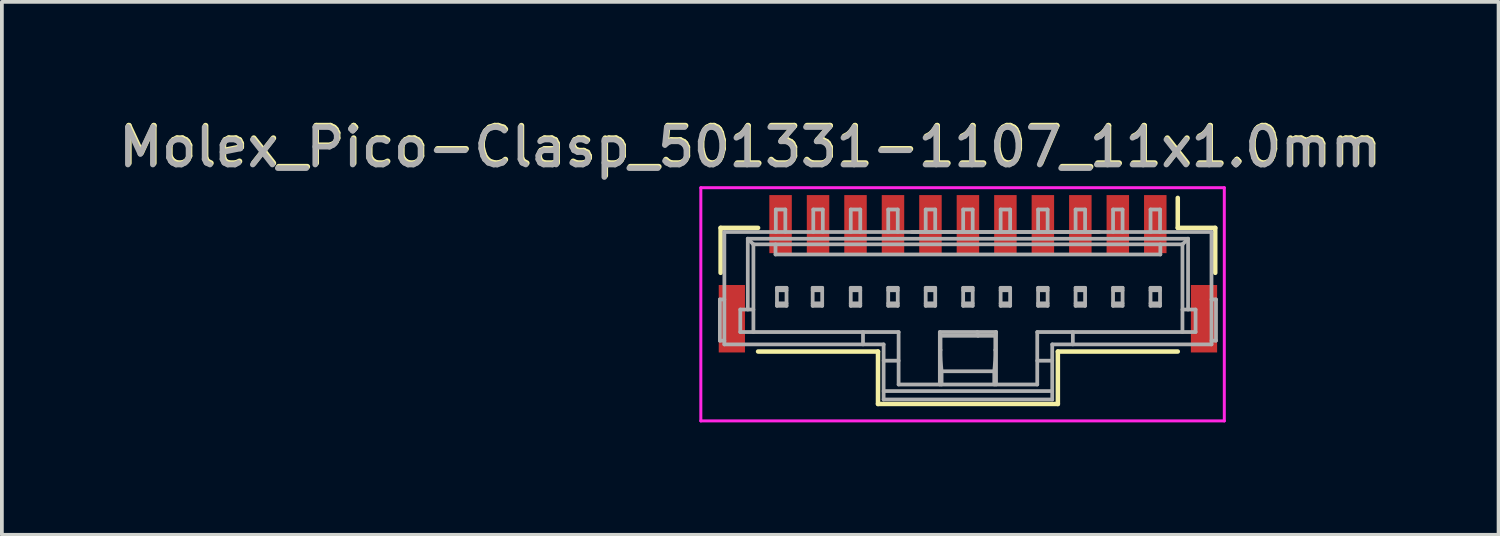
<source format=kicad_pcb>
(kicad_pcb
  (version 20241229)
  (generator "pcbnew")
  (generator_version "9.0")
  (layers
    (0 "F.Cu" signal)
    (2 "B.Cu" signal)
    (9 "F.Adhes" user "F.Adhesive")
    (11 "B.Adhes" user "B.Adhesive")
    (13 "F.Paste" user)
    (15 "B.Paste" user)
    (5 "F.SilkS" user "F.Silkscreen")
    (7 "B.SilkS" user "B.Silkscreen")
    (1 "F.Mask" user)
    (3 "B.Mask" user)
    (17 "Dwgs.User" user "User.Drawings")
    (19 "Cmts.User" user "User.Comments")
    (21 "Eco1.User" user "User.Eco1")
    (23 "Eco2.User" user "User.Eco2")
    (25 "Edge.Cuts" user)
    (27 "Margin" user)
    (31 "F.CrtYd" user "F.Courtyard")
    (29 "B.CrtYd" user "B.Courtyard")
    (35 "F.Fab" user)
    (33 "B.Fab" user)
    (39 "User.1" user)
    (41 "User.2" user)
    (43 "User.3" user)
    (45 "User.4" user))
  (footprint "Molex_Pico-Clasp_501331-1107_11x1.0mm"
    (layer "F.Cu")
    (at 23.781 4.881)
    (property "Reference" "Molex_Pico-Clasp_501331-1107_11x1.0mm" (at -6.797 -4.033 180) (layer "F.SilkS") (effects (font (size 1 1) (thickness 0.15))))
    (attr smd)
    (fp_line (start -7.6 -1.85) (end -6.6 -1.85) (stroke (width 0.12) (type solid)) (layer "F.SilkS"))
    (fp_line (start -7.6 -0.65) (end -7.6 -1.85) (stroke (width 0.12) (type solid)) (layer "F.SilkS"))
    (fp_line (start -3.4 1.45) (end -6.6 1.45) (stroke (width 0.12) (type solid)) (layer "F.SilkS"))
    (fp_line (start -3.4 2.85) (end -3.4 1.45) (stroke (width 0.12) (type solid)) (layer "F.SilkS"))
    (fp_line (start -3.4 2.85) (end 1.4 2.85) (stroke (width 0.12) (type solid)) (layer "F.SilkS"))
    (fp_line (start 1.4 1.45) (end 4.6 1.45) (stroke (width 0.12) (type solid)) (layer "F.SilkS"))
    (fp_line (start 1.4 2.85) (end 1.4 1.45) (stroke (width 0.12) (type solid)) (layer "F.SilkS"))
    (fp_line (start 4.6 -1.85) (end 4.6 -2.65) (stroke (width 0.12) (type solid)) (layer "F.SilkS"))
    (fp_line (start 5.6 -1.85) (end 4.6 -1.85) (stroke (width 0.12) (type solid)) (layer "F.SilkS"))
    (fp_line (start 5.6 -0.65) (end 5.6 -1.85) (stroke (width 0.12) (type solid)) (layer "F.SilkS"))
    (fp_line (start -8.128 -2.921) (end 5.842 -2.921) (stroke (width 0.08) (type solid)) (layer "F.CrtYd"))
    (fp_line (start -8.128 3.302) (end -8.128 -2.921) (stroke (width 0.08) (type solid)) (layer "F.CrtYd"))
    (fp_line (start 5.842 -2.921) (end 5.842 3.302) (stroke (width 0.08) (type solid)) (layer "F.CrtYd"))
    (fp_line (start 5.842 3.302) (end -8.128 3.302) (stroke (width 0.08) (type solid)) (layer "F.CrtYd"))
    (fp_line (start -7.62 0.06) (end -7.62 1.16) (stroke (width 0.1) (type solid)) (layer "F.Fab"))
    (fp_line (start -7.62 0.06) (end -7.5 0.06) (stroke (width 0.1) (type solid)) (layer "F.Fab"))
    (fp_line (start -7.5 -1.74) (end 5.5 -1.74) (stroke (width 0.1) (type solid)) (layer "F.Fab"))
    (fp_line (start -7.5 1.16) (end -7.62 1.16) (stroke (width 0.1) (type solid)) (layer "F.Fab"))
    (fp_line (start -7.5 1.26) (end -7.5 -1.74) (stroke (width 0.1) (type solid)) (layer "F.Fab"))
    (fp_line (start -7.5 1.26) (end -3.25 1.26) (stroke (width 0.1) (type solid)) (layer "F.Fab"))
    (fp_line (start -7.075 0.33) (end -7.075 0.93) (stroke (width 0.1) (type solid)) (layer "F.Fab"))
    (fp_line (start -7.075 0.33) (end -6.725 0.33) (stroke (width 0.1) (type solid)) (layer "F.Fab"))
    (fp_line (start -6.875 -1.56) (end -6.725 -1.41) (stroke (width 0.1) (type solid)) (layer "F.Fab"))
    (fp_line (start -6.875 -1.56) (end 4.875 -1.56) (stroke (width 0.1) (type solid)) (layer "F.Fab"))
    (fp_line (start -6.875 0.33) (end -6.875 -1.56) (stroke (width 0.1) (type solid)) (layer "F.Fab"))
    (fp_line (start -6.725 -1.41) (end 4.725 -1.41) (stroke (width 0.1) (type solid)) (layer "F.Fab"))
    (fp_line (start -6.725 0.93) (end -6.725 -1.41) (stroke (width 0.1) (type solid)) (layer "F.Fab"))
    (fp_line (start -6.135 -1.14) (end -6.135 -1.41) (stroke (width 0.1) (type solid)) (layer "F.Fab"))
    (fp_line (start -6.127 -2.34) (end -5.873 -2.34) (stroke (width 0.1) (type solid)) (layer "F.Fab"))
    (fp_line (start -6.127 -1.74) (end -6.127 -2.34) (stroke (width 0.1) (type solid)) (layer "F.Fab"))
    (fp_line (start -6.096 -0.25) (end -6.096 0.23) (stroke (width 0.1) (type solid)) (layer "F.Fab"))
    (fp_line (start -6.096 -0.25) (end -5.841 -0.25) (stroke (width 0.1) (type solid)) (layer "F.Fab"))
    (fp_line (start -6.096 -0.185) (end -5.841 -0.185) (stroke (width 0.1) (type solid)) (layer "F.Fab"))
    (fp_line (start -6.096 0.165) (end -5.841 0.165) (stroke (width 0.1) (type solid)) (layer "F.Fab"))
    (fp_line (start -6.096 0.23) (end -5.841 0.23) (stroke (width 0.1) (type solid)) (layer "F.Fab"))
    (fp_line (start -5.873 -2.34) (end -5.873 -1.74) (stroke (width 0.1) (type solid)) (layer "F.Fab"))
    (fp_line (start -5.841 -0.25) (end -5.841 0.23) (stroke (width 0.1) (type solid)) (layer "F.Fab"))
    (fp_line (start -5.143 -0.25) (end -5.143 0.23) (stroke (width 0.1) (type solid)) (layer "F.Fab"))
    (fp_line (start -5.143 -0.25) (end -4.889 -0.25) (stroke (width 0.1) (type solid)) (layer "F.Fab"))
    (fp_line (start -5.143 -0.185) (end -4.889 -0.185) (stroke (width 0.1) (type solid)) (layer "F.Fab"))
    (fp_line (start -5.143 0.165) (end -4.889 0.165) (stroke (width 0.1) (type solid)) (layer "F.Fab"))
    (fp_line (start -5.143 0.23) (end -4.889 0.23) (stroke (width 0.1) (type solid)) (layer "F.Fab"))
    (fp_line (start -5.127 -2.34) (end -4.873 -2.34) (stroke (width 0.1) (type solid)) (layer "F.Fab"))
    (fp_line (start -5.127 -1.74) (end -5.127 -2.34) (stroke (width 0.1) (type solid)) (layer "F.Fab"))
    (fp_line (start -4.889 -0.25) (end -4.889 0.23) (stroke (width 0.1) (type solid)) (layer "F.Fab"))
    (fp_line (start -4.873 -2.34) (end -4.873 -1.74) (stroke (width 0.1) (type solid)) (layer "F.Fab"))
    (fp_line (start -4.127 -2.34) (end -3.873 -2.34) (stroke (width 0.1) (type solid)) (layer "F.Fab"))
    (fp_line (start -4.127 -1.74) (end -4.127 -2.34) (stroke (width 0.1) (type solid)) (layer "F.Fab"))
    (fp_line (start -4.127 -0.25) (end -4.127 0.23) (stroke (width 0.1) (type solid)) (layer "F.Fab"))
    (fp_line (start -4.127 -0.25) (end -3.873 -0.25) (stroke (width 0.1) (type solid)) (layer "F.Fab"))
    (fp_line (start -4.127 -0.185) (end -3.873 -0.185) (stroke (width 0.1) (type solid)) (layer "F.Fab"))
    (fp_line (start -4.127 0.165) (end -3.873 0.165) (stroke (width 0.1) (type solid)) (layer "F.Fab"))
    (fp_line (start -4.127 0.23) (end -3.873 0.23) (stroke (width 0.1) (type solid)) (layer "F.Fab"))
    (fp_line (start -3.873 -2.34) (end -3.873 -1.74) (stroke (width 0.1) (type solid)) (layer "F.Fab"))
    (fp_line (start -3.873 -0.25) (end -3.873 0.23) (stroke (width 0.1) (type solid)) (layer "F.Fab"))
    (fp_line (start -3.8 0.93) (end -3.8 1.26) (stroke (width 0.1) (type solid)) (layer "F.Fab"))
    (fp_line (start -3.25 1.695) (end -2.85 1.695) (stroke (width 0.1) (type solid)) (layer "F.Fab"))
    (fp_line (start -3.25 2.505) (end 1.25 2.505) (stroke (width 0.1) (type solid)) (layer "F.Fab"))
    (fp_line (start -3.25 2.73) (end -3.25 1.26) (stroke (width 0.1) (type solid)) (layer "F.Fab"))
    (fp_line (start -3.127 -2.34) (end -3.127 -1.74) (stroke (width 0.1) (type solid)) (layer "F.Fab"))
    (fp_line (start -3.127 -2.34) (end -2.873 -2.34) (stroke (width 0.1) (type solid)) (layer "F.Fab"))
    (fp_line (start -3.127 -0.25) (end -3.127 0.23) (stroke (width 0.1) (type solid)) (layer "F.Fab"))
    (fp_line (start -3.127 -0.25) (end -2.873 -0.25) (stroke (width 0.1) (type solid)) (layer "F.Fab"))
    (fp_line (start -3.127 -0.185) (end -2.873 -0.185) (stroke (width 0.1) (type solid)) (layer "F.Fab"))
    (fp_line (start -3.127 0.165) (end -2.873 0.165) (stroke (width 0.1) (type solid)) (layer "F.Fab"))
    (fp_line (start -3.127 0.23) (end -2.873 0.23) (stroke (width 0.1) (type solid)) (layer "F.Fab"))
    (fp_line (start -2.873 -2.34) (end -2.873 -1.74) (stroke (width 0.1) (type solid)) (layer "F.Fab"))
    (fp_line (start -2.873 -0.25) (end -2.873 0.23) (stroke (width 0.1) (type solid)) (layer "F.Fab"))
    (fp_line (start -2.85 0.93) (end -7.075 0.93) (stroke (width 0.1) (type solid)) (layer "F.Fab"))
    (fp_line (start -2.85 0.93) (end -2.85 2.33) (stroke (width 0.1) (type solid)) (layer "F.Fab"))
    (fp_line (start -2.5 -1.74) (end 2.5 -1.74) (stroke (width 0.1) (type solid)) (layer "F.Fab"))
    (fp_line (start -2.127 -2.34) (end -2.127 -1.74) (stroke (width 0.1) (type solid)) (layer "F.Fab"))
    (fp_line (start -2.127 -2.34) (end -1.873 -2.34) (stroke (width 0.1) (type solid)) (layer "F.Fab"))
    (fp_line (start -2.127 -0.25) (end -2.127 0.23) (stroke (width 0.1) (type solid)) (layer "F.Fab"))
    (fp_line (start -2.127 -0.25) (end -1.873 -0.25) (stroke (width 0.1) (type solid)) (layer "F.Fab"))
    (fp_line (start -2.127 -0.185) (end -1.873 -0.185) (stroke (width 0.1) (type solid)) (layer "F.Fab"))
    (fp_line (start -2.127 0.165) (end -1.873 0.165) (stroke (width 0.1) (type solid)) (layer "F.Fab"))
    (fp_line (start -2.127 0.23) (end -1.873 0.23) (stroke (width 0.1) (type solid)) (layer "F.Fab"))
    (fp_line (start -1.873 -2.34) (end -1.873 -1.74) (stroke (width 0.1) (type solid)) (layer "F.Fab"))
    (fp_line (start -1.873 -0.25) (end -1.873 0.23) (stroke (width 0.1) (type solid)) (layer "F.Fab"))
    (fp_line (start -1.75 0.93) (end -0.25 0.93) (stroke (width 0.1) (type solid)) (layer "F.Fab"))
    (fp_line (start -1.75 2.33) (end -1.75 0.93) (stroke (width 0.1) (type solid)) (layer "F.Fab"))
    (fp_line (start -1.731 1.03) (end -0.269 1.03) (stroke (width 0.1) (type solid)) (layer "F.Fab"))
    (fp_line (start -1.731 1.41) (end -1.731 1.03) (stroke (width 0.1) (type solid)) (layer "F.Fab"))
    (fp_line (start -1.703 1.977) (end -1.703 2.33) (stroke (width 0.1) (type solid)) (layer "F.Fab"))
    (fp_line (start -1.127 -2.34) (end -1.127 -1.74) (stroke (width 0.1) (type solid)) (layer "F.Fab"))
    (fp_line (start -1.127 -2.34) (end -0.873 -2.34) (stroke (width 0.1) (type solid)) (layer "F.Fab"))
    (fp_line (start -1.127 -0.25) (end -1.127 0.23) (stroke (width 0.1) (type solid)) (layer "F.Fab"))
    (fp_line (start -1.127 -0.25) (end -0.873 -0.25) (stroke (width 0.1) (type solid)) (layer "F.Fab"))
    (fp_line (start -1.127 -0.185) (end -0.873 -0.185) (stroke (width 0.1) (type solid)) (layer "F.Fab"))
    (fp_line (start -1.127 0.165) (end -0.873 0.165) (stroke (width 0.1) (type solid)) (layer "F.Fab"))
    (fp_line (start -1.127 0.23) (end -0.873 0.23) (stroke (width 0.1) (type solid)) (layer "F.Fab"))
    (fp_line (start -0.873 -2.34) (end -0.873 -1.74) (stroke (width 0.1) (type solid)) (layer "F.Fab"))
    (fp_line (start -0.873 -0.25) (end -0.873 0.23) (stroke (width 0.1) (type solid)) (layer "F.Fab"))
    (fp_line (start -0.75 0.93) (end -0.731 1.03) (stroke (width 0.1) (type solid)) (layer "F.Fab"))
    (fp_line (start -0.297 1.977) (end -1.703 1.977) (stroke (width 0.1) (type solid)) (layer "F.Fab"))
    (fp_line (start -0.297 2.33) (end -0.297 1.977) (stroke (width 0.1) (type solid)) (layer "F.Fab"))
    (fp_line (start -0.269 1.03) (end -0.25 0.93) (stroke (width 0.1) (type solid)) (layer "F.Fab"))
    (fp_line (start -0.269 1.41) (end -0.269 1.03) (stroke (width 0.1) (type solid)) (layer "F.Fab"))
    (fp_line (start -0.25 0.93) (end -0.25 2.33) (stroke (width 0.1) (type solid)) (layer "F.Fab"))
    (fp_line (start -0.127 -2.34) (end -0.127 -1.74) (stroke (width 0.1) (type solid)) (layer "F.Fab"))
    (fp_line (start -0.127 -2.34) (end 0.127 -2.34) (stroke (width 0.1) (type solid)) (layer "F.Fab"))
    (fp_line (start -0.127 -0.25) (end -0.127 0.23) (stroke (width 0.1) (type solid)) (layer "F.Fab"))
    (fp_line (start -0.127 -0.25) (end 0.127 -0.25) (stroke (width 0.1) (type solid)) (layer "F.Fab"))
    (fp_line (start -0.127 -0.185) (end 0.127 -0.185) (stroke (width 0.1) (type solid)) (layer "F.Fab"))
    (fp_line (start -0.127 0.165) (end 0.127 0.165) (stroke (width 0.1) (type solid)) (layer "F.Fab"))
    (fp_line (start -0.127 0.23) (end 0.127 0.23) (stroke (width 0.1) (type solid)) (layer "F.Fab"))
    (fp_line (start 0.127 -2.34) (end 0.127 -1.74) (stroke (width 0.1) (type solid)) (layer "F.Fab"))
    (fp_line (start 0.127 -0.25) (end 0.127 0.23) (stroke (width 0.1) (type solid)) (layer "F.Fab"))
    (fp_line (start 0.85 1.695) (end 1.25 1.695) (stroke (width 0.1) (type solid)) (layer "F.Fab"))
    (fp_line (start 0.85 2.33) (end -2.85 2.33) (stroke (width 0.1) (type solid)) (layer "F.Fab"))
    (fp_line (start 0.85 2.33) (end 0.85 0.93) (stroke (width 0.1) (type solid)) (layer "F.Fab"))
    (fp_line (start 0.873 -2.34) (end 0.873 -1.74) (stroke (width 0.1) (type solid)) (layer "F.Fab"))
    (fp_line (start 0.873 -2.34) (end 1.127 -2.34) (stroke (width 0.1) (type solid)) (layer "F.Fab"))
    (fp_line (start 0.873 -0.25) (end 0.873 0.23) (stroke (width 0.1) (type solid)) (layer "F.Fab"))
    (fp_line (start 0.873 -0.25) (end 1.127 -0.25) (stroke (width 0.1) (type solid)) (layer "F.Fab"))
    (fp_line (start 0.873 -0.185) (end 1.127 -0.185) (stroke (width 0.1) (type solid)) (layer "F.Fab"))
    (fp_line (start 0.873 0.165) (end 1.127 0.165) (stroke (width 0.1) (type solid)) (layer "F.Fab"))
    (fp_line (start 0.873 0.23) (end 1.127 0.23) (stroke (width 0.1) (type solid)) (layer "F.Fab"))
    (fp_line (start 1.127 -2.34) (end 1.127 -1.74) (stroke (width 0.1) (type solid)) (layer "F.Fab"))
    (fp_line (start 1.127 -0.25) (end 1.127 0.23) (stroke (width 0.1) (type solid)) (layer "F.Fab"))
    (fp_line (start 1.25 1.26) (end 5.5 1.26) (stroke (width 0.1) (type solid)) (layer "F.Fab"))
    (fp_line (start 1.25 2.73) (end -3.25 2.73) (stroke (width 0.1) (type solid)) (layer "F.Fab"))
    (fp_line (start 1.25 2.73) (end 1.25 1.26) (stroke (width 0.1) (type solid)) (layer "F.Fab"))
    (fp_line (start 1.8 1.26) (end 1.8 0.93) (stroke (width 0.1) (type solid)) (layer "F.Fab"))
    (fp_line (start 1.873 -2.34) (end 1.873 -1.74) (stroke (width 0.1) (type solid)) (layer "F.Fab"))
    (fp_line (start 1.873 -2.34) (end 2.127 -2.34) (stroke (width 0.1) (type solid)) (layer "F.Fab"))
    (fp_line (start 1.873 -0.25) (end 1.873 0.23) (stroke (width 0.1) (type solid)) (layer "F.Fab"))
    (fp_line (start 1.873 -0.25) (end 2.127 -0.25) (stroke (width 0.1) (type solid)) (layer "F.Fab"))
    (fp_line (start 1.873 -0.185) (end 2.127 -0.185) (stroke (width 0.1) (type solid)) (layer "F.Fab"))
    (fp_line (start 1.873 0.165) (end 2.127 0.165) (stroke (width 0.1) (type solid)) (layer "F.Fab"))
    (fp_line (start 1.873 0.23) (end 2.127 0.23) (stroke (width 0.1) (type solid)) (layer "F.Fab"))
    (fp_line (start 2.127 -2.34) (end 2.127 -1.74) (stroke (width 0.1) (type solid)) (layer "F.Fab"))
    (fp_line (start 2.127 -0.25) (end 2.127 0.23) (stroke (width 0.1) (type solid)) (layer "F.Fab"))
    (fp_line (start 2.873 -2.34) (end 2.873 -1.74) (stroke (width 0.1) (type solid)) (layer "F.Fab"))
    (fp_line (start 2.873 -2.34) (end 3.127 -2.34) (stroke (width 0.1) (type solid)) (layer "F.Fab"))
    (fp_line (start 2.873 -0.25) (end 2.873 0.23) (stroke (width 0.1) (type solid)) (layer "F.Fab"))
    (fp_line (start 2.873 -0.25) (end 3.127 -0.25) (stroke (width 0.1) (type solid)) (layer "F.Fab"))
    (fp_line (start 2.873 -0.185) (end 3.127 -0.185) (stroke (width 0.1) (type solid)) (layer "F.Fab"))
    (fp_line (start 2.873 0.165) (end 3.127 0.165) (stroke (width 0.1) (type solid)) (layer "F.Fab"))
    (fp_line (start 2.873 0.23) (end 3.127 0.23) (stroke (width 0.1) (type solid)) (layer "F.Fab"))
    (fp_line (start 3.127 -1.74) (end 3.127 -2.34) (stroke (width 0.1) (type solid)) (layer "F.Fab"))
    (fp_line (start 3.127 -0.25) (end 3.127 0.23) (stroke (width 0.1) (type solid)) (layer "F.Fab"))
    (fp_line (start 3.873 -2.34) (end 4.127 -2.34) (stroke (width 0.1) (type solid)) (layer "F.Fab"))
    (fp_line (start 3.873 -1.74) (end 3.873 -2.34) (stroke (width 0.1) (type solid)) (layer "F.Fab"))
    (fp_line (start 3.873 -0.25) (end 3.873 0.23) (stroke (width 0.1) (type solid)) (layer "F.Fab"))
    (fp_line (start 3.873 -0.25) (end 4.127 -0.25) (stroke (width 0.1) (type solid)) (layer "F.Fab"))
    (fp_line (start 3.873 -0.185) (end 4.127 -0.185) (stroke (width 0.1) (type solid)) (layer "F.Fab"))
    (fp_line (start 3.873 0.165) (end 4.127 0.165) (stroke (width 0.1) (type solid)) (layer "F.Fab"))
    (fp_line (start 3.873 0.23) (end 4.127 0.23) (stroke (width 0.1) (type solid)) (layer "F.Fab"))
    (fp_line (start 4.127 -2.34) (end 4.127 -1.74) (stroke (width 0.1) (type solid)) (layer "F.Fab"))
    (fp_line (start 4.127 -0.25) (end 4.127 0.23) (stroke (width 0.1) (type solid)) (layer "F.Fab"))
    (fp_line (start 4.135 -1.14) (end -6.135 -1.14) (stroke (width 0.1) (type solid)) (layer "F.Fab"))
    (fp_line (start 4.135 -1.14) (end 4.135 -1.41) (stroke (width 0.1) (type solid)) (layer "F.Fab"))
    (fp_line (start 4.725 -1.41) (end 4.725 0.93) (stroke (width 0.1) (type solid)) (layer "F.Fab"))
    (fp_line (start 4.725 -1.41) (end 4.875 -1.56) (stroke (width 0.1) (type solid)) (layer "F.Fab"))
    (fp_line (start 4.875 -1.56) (end 4.875 0.33) (stroke (width 0.1) (type solid)) (layer "F.Fab"))
    (fp_line (start 5.075 0.33) (end 4.725 0.33) (stroke (width 0.1) (type solid)) (layer "F.Fab"))
    (fp_line (start 5.075 0.93) (end 0.85 0.93) (stroke (width 0.1) (type solid)) (layer "F.Fab"))
    (fp_line (start 5.075 0.93) (end 5.075 0.33) (stroke (width 0.1) (type solid)) (layer "F.Fab"))
    (fp_line (start 5.5 -1.74) (end 5.5 1.26) (stroke (width 0.1) (type solid)) (layer "F.Fab"))
    (fp_line (start 5.5 0.06) (end 5.62 0.06) (stroke (width 0.1) (type solid)) (layer "F.Fab"))
    (fp_line (start 5.62 1.16) (end 5.5 1.16) (stroke (width 0.1) (type solid)) (layer "F.Fab"))
    (fp_line (start 5.62 1.16) (end 5.62 0.06) (stroke (width 0.1) (type solid)) (layer "F.Fab"))
    (fp_arc (start -1.702818 1.977078) (mid -1.72524 1.693813) (end -1.730742 1.409716) (stroke (width 0.1) (type solid)) (layer "F.Fab"))
    (fp_arc (start -0.269258 1.409717) (mid -0.27476 1.693814) (end -0.297182 1.977079) (stroke (width 0.1) (type solid)) (layer "F.Fab"))
    (fp_text user "${REFERENCE}" (at -6.823 -3.995 180) (layer "F.Fab") (effects (font (size 1 1) (thickness 0.15))))
    (pad "1" smd rect (at 4 -1.95) (size 0.6 1.55) (layers "F.Cu" "F.Mask" "F.Paste"))
    (pad "2" smd rect (at 3 -1.95) (size 0.6 1.55) (layers "F.Cu" "F.Mask" "F.Paste"))
    (pad "3" smd rect (at 2 -1.95) (size 0.6 1.55) (layers "F.Cu" "F.Mask" "F.Paste"))
    (pad "4" smd rect (at 1 -1.95) (size 0.6 1.55) (layers "F.Cu" "F.Mask" "F.Paste"))
    (pad "5" smd rect (at 0 -1.95) (size 0.6 1.55) (layers "F.Cu" "F.Mask" "F.Paste"))
    (pad "6" smd rect (at -1 -1.95) (size 0.6 1.55) (layers "F.Cu" "F.Mask" "F.Paste"))
    (pad "7" smd rect (at -2 -1.95) (size 0.6 1.55) (layers "F.Cu" "F.Mask" "F.Paste"))
    (pad "8" smd rect (at -3 -1.95) (size 0.6 1.55) (layers "F.Cu" "F.Mask" "F.Paste"))
    (pad "9" smd rect (at -4 -1.95) (size 0.6 1.55) (layers "F.Cu" "F.Mask" "F.Paste"))
    (pad "10" smd rect (at -5 -1.95) (size 0.6 1.55) (layers "F.Cu" "F.Mask" "F.Paste"))
    (pad "11" smd rect (at -6 -1.95) (size 0.6 1.55) (layers "F.Cu" "F.Mask" "F.Paste"))
    (pad "12" smd rect (at -7.3 0.575) (size 0.7 1.8) (layers "F.Cu" "F.Mask" "F.Paste"))
    (pad "12" smd rect (at 5.3 0.575) (size 0.7 1.8) (layers "F.Cu" "F.Mask" "F.Paste")))
  (gr_rect
    (start -3 -3)
    (end 36.942 11.223)
    (stroke (width 0.1) (type default))
    (fill no)
    (layer "Edge.Cuts")))
</source>
